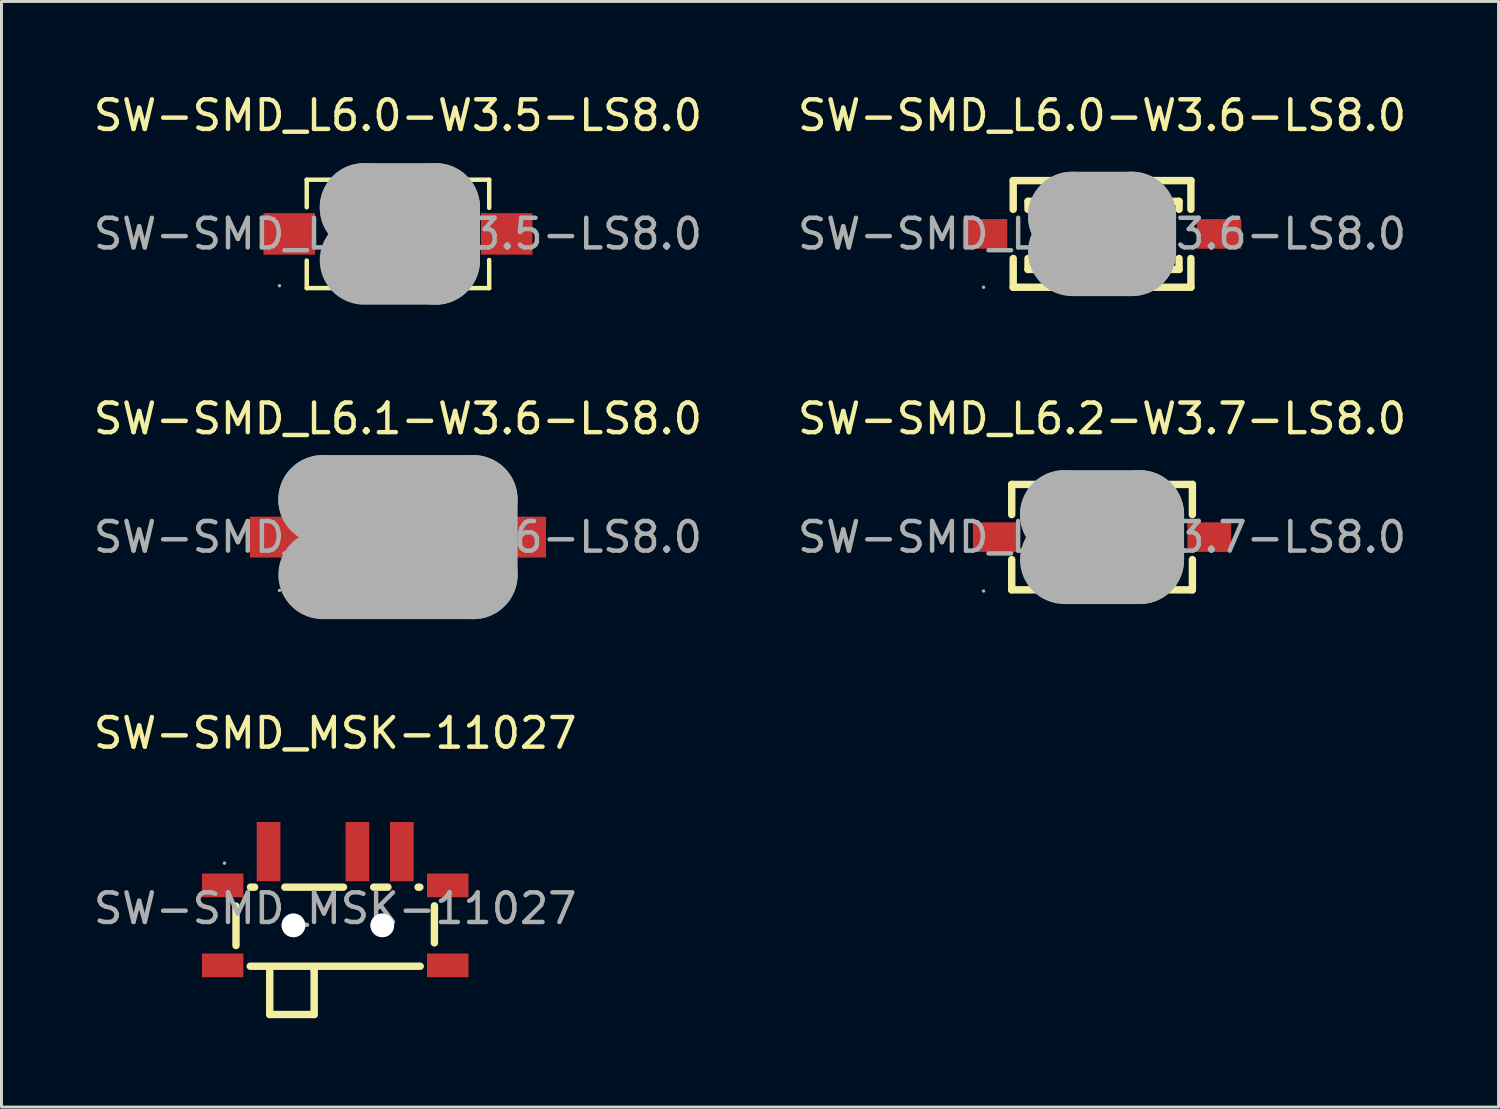
<source format=kicad_pcb>
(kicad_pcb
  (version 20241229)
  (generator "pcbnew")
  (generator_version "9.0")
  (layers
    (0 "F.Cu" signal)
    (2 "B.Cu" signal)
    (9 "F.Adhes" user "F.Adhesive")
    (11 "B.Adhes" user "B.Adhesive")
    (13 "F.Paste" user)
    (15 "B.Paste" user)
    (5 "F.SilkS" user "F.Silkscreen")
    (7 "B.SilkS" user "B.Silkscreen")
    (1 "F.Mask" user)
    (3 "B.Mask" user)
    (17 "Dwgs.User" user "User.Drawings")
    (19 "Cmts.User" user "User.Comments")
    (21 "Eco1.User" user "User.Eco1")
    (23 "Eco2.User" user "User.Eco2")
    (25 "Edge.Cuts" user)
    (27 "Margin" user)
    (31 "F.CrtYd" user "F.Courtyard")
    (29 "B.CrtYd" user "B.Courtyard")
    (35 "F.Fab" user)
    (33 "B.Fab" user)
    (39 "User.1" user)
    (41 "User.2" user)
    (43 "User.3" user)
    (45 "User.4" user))
  (footprint "SW-SMD_L6.0-W3.6-LS8.0"
    (layer "F.Cu")
    (at 34.161 4.848)
    (property "Reference" "SW-SMD_L6.0-W3.6-LS8.0" (at 0 -4 0) (layer "F.SilkS") (effects (font (size 1 1) (thickness 0.15))))
    (attr through_hole)
    (fp_line (start -3 -1.8) (end 3 -1.8) (stroke (width 0.25) (type solid)) (layer "F.SilkS"))
    (fp_line (start -3 -0.83) (end -3 -1.8) (stroke (width 0.25) (type solid)) (layer "F.SilkS"))
    (fp_line (start -3 1.8) (end -3 0.83) (stroke (width 0.25) (type solid)) (layer "F.SilkS"))
    (fp_line (start -3 1.8) (end 3 1.8) (stroke (width 0.25) (type solid)) (layer "F.SilkS"))
    (fp_line (start -2.5 -1.1) (end 2.6 -1.1) (stroke (width 0.25) (type solid)) (layer "F.SilkS"))
    (fp_line (start -2.5 -0.83) (end -2.5 -1.1) (stroke (width 0.25) (type solid)) (layer "F.SilkS"))
    (fp_line (start -2.5 1.2) (end -2.5 0.83) (stroke (width 0.25) (type solid)) (layer "F.SilkS"))
    (fp_line (start 2.6 -1.1) (end 2.6 -0.83) (stroke (width 0.25) (type solid)) (layer "F.SilkS"))
    (fp_line (start 2.6 0.83) (end 2.6 1.2) (stroke (width 0.25) (type solid)) (layer "F.SilkS"))
    (fp_line (start 2.6 1.2) (end -2.5 1.2) (stroke (width 0.25) (type solid)) (layer "F.SilkS"))
    (fp_line (start 3 -1.8) (end 3 -0.83) (stroke (width 0.25) (type solid)) (layer "F.SilkS"))
    (fp_line (start 3 0.83) (end 3 1.8) (stroke (width 0.25) (type solid)) (layer "F.SilkS"))
    (fp_line (start -1 -0.6) (end -1 -0.6) (stroke (width 3) (type solid)) (layer "F.Fab"))
    (fp_line (start -1 -0.6) (end 1 -0.6) (stroke (width 3) (type solid)) (layer "F.Fab"))
    (fp_line (start 1 -0.6) (end 1 0.6) (stroke (width 3) (type solid)) (layer "F.Fab"))
    (fp_line (start 1 0.6) (end -1 0.6) (stroke (width 3) (type solid)) (layer "F.Fab"))
    (fp_circle (center -4 1.8) (end -3.97 1.8) (stroke (width 0.06) (type solid)) (fill no) (layer "F.Fab"))
    (fp_text user "${REFERENCE}" (at 0 0 0) (layer "F.Fab") (effects (font (size 1 1) (thickness 0.15))))
    (pad "1" smd rect (at -3.95 0) (size 1.5 1) (layers "F.Cu" "F.Mask" "F.Paste"))
    (pad "2" smd rect (at 3.95 0) (size 1.5 1) (layers "F.Cu" "F.Mask" "F.Paste")))
  (footprint "SW-SMD_L6.1-W3.6-LS8.0"
    (layer "F.Cu")
    (at 10.387 15.086)
    (property "Reference" "SW-SMD_L6.1-W3.6-LS8.0" (at 0 -4 0) (layer "F.SilkS") (effects (font (size 1 1) (thickness 0.15))))
    (attr through_hole)
    (fp_line (start -3 -1.8) (end -3 -0.73) (stroke (width 0.25) (type solid)) (layer "F.SilkS"))
    (fp_line (start -3 -1.8) (end 3 -1.8) (stroke (width 0.25) (type solid)) (layer "F.SilkS"))
    (fp_line (start -3 0.73) (end -3 1.8) (stroke (width 0.25) (type solid)) (layer "F.SilkS"))
    (fp_line (start 3 -1.8) (end 3 -0.73) (stroke (width 0.25) (type solid)) (layer "F.SilkS"))
    (fp_line (start 3 0.73) (end 3 1.8) (stroke (width 0.25) (type solid)) (layer "F.SilkS"))
    (fp_line (start 3 1.8) (end -3 1.8) (stroke (width 0.25) (type solid)) (layer "F.SilkS"))
    (fp_line (start -2.54 -1.27) (end -2.54 -1.27) (stroke (width 3) (type solid)) (layer "F.Fab"))
    (fp_line (start -2.54 -1.27) (end 2.54 -1.27) (stroke (width 3) (type solid)) (layer "F.Fab"))
    (fp_line (start -1.14 -0.63) (end -1.14 -0.63) (stroke (width 3) (type solid)) (layer "F.Fab"))
    (fp_line (start -1.14 -0.63) (end 1.14 -0.63) (stroke (width 3) (type solid)) (layer "F.Fab"))
    (fp_line (start 1.14 -0.63) (end 1.14 0.64) (stroke (width 3) (type solid)) (layer "F.Fab"))
    (fp_line (start 1.14 0.64) (end -1.14 0.64) (stroke (width 3) (type solid)) (layer "F.Fab"))
    (fp_line (start 2.54 -1.27) (end 2.54 1.27) (stroke (width 3) (type solid)) (layer "F.Fab"))
    (fp_line (start 2.54 1.27) (end -2.54 1.27) (stroke (width 3) (type solid)) (layer "F.Fab"))
    (fp_circle (center -4 1.8) (end -3.97 1.8) (stroke (width 0.06) (type solid)) (fill no) (layer "F.Fab"))
    (fp_text user "${REFERENCE}" (at 0 0 0) (layer "F.Fab") (effects (font (size 1 1) (thickness 0.15))))
    (pad "1" smd rect (at -4 0) (size 2 1.38) (layers "F.Cu" "F.Mask" "F.Paste"))
    (pad "2" smd rect (at 4 0) (size 2 1.38) (layers "F.Cu" "F.Mask" "F.Paste")))
  (footprint "SW-SMD_L6.0-W3.5-LS8.0"
    (layer "F.Cu")
    (at 10.387 4.848)
    (property "Reference" "SW-SMD_L6.0-W3.5-LS8.0" (at 0 -4 0) (layer "F.SilkS") (effects (font (size 1 1) (thickness 0.15))))
    (attr through_hole)
    (fp_line (start -3.08 -1.83) (end -3.08 -0.9) (stroke (width 0.15) (type solid)) (layer "F.SilkS"))
    (fp_line (start -3.08 1.83) (end -3.08 0.9) (stroke (width 0.15) (type solid)) (layer "F.SilkS"))
    (fp_line (start 3.08 -1.83) (end -3.08 -1.83) (stroke (width 0.15) (type solid)) (layer "F.SilkS"))
    (fp_line (start 3.08 -1.83) (end 3.08 -0.88) (stroke (width 0.15) (type solid)) (layer "F.SilkS"))
    (fp_line (start 3.08 0.88) (end 3.08 1.83) (stroke (width 0.15) (type solid)) (layer "F.SilkS"))
    (fp_line (start 3.08 1.83) (end -3.08 1.83) (stroke (width 0.15) (type solid)) (layer "F.SilkS"))
    (fp_line (start -1.14 -0.89) (end -1.14 -0.89) (stroke (width 3) (type solid)) (layer "F.Fab"))
    (fp_line (start -1.14 -0.89) (end 1.27 -0.89) (stroke (width 3) (type solid)) (layer "F.Fab"))
    (fp_line (start 1.27 -0.89) (end 1.27 0.89) (stroke (width 3) (type solid)) (layer "F.Fab"))
    (fp_line (start 1.27 0.89) (end -1.14 0.89) (stroke (width 3) (type solid)) (layer "F.Fab"))
    (fp_circle (center -4 1.75) (end -3.97 1.75) (stroke (width 0.06) (type solid)) (fill no) (layer "F.Fab"))
    (fp_text user "${REFERENCE}" (at 0 0 0) (layer "F.Fab") (effects (font (size 1 1) (thickness 0.15))))
    (pad "1" smd rect (at -3.67 0) (size 1.74 1.4) (layers "F.Cu" "F.Mask" "F.Paste"))
    (pad "2" smd rect (at 3.67 0) (size 1.74 1.4) (layers "F.Cu" "F.Mask" "F.Paste")))
  (footprint "SW-SMD_MSK-11027"
    (layer "F.Cu")
    (at 8.268 27.625)
    (property "Reference" "SW-SMD_MSK-11027" (at 0 -5.92 0) (layer "F.SilkS") (effects (font (size 1 1) (thickness 0.15))))
    (attr through_hole)
    (fp_line (start -3.35 -0.08) (end -3.35 1.25) (stroke (width 0.25) (type solid)) (layer "F.SilkS"))
    (fp_line (start -2.87 1.95) (end 2.87 1.95) (stroke (width 0.25) (type solid)) (layer "F.SilkS"))
    (fp_line (start -2.86 -0.72) (end -2.72 -0.72) (stroke (width 0.25) (type solid)) (layer "F.SilkS"))
    (fp_line (start -2.21 2.08) (end -2.21 3.58) (stroke (width 0.25) (type solid)) (layer "F.SilkS"))
    (fp_line (start -2.21 3.58) (end -0.71 3.58) (stroke (width 0.25) (type solid)) (layer "F.SilkS"))
    (fp_line (start -1.7 -0.72) (end 0.28 -0.72) (stroke (width 0.25) (type solid)) (layer "F.SilkS"))
    (fp_line (start -0.71 2.08) (end -0.71 2.08) (stroke (width 0.25) (type solid)) (layer "F.SilkS"))
    (fp_line (start -0.71 3.58) (end -0.71 2.08) (stroke (width 0.25) (type solid)) (layer "F.SilkS"))
    (fp_line (start 1.3 -0.72) (end 1.78 -0.72) (stroke (width 0.25) (type solid)) (layer "F.SilkS"))
    (fp_line (start 2.8 -0.72) (end 2.86 -0.72) (stroke (width 0.25) (type solid)) (layer "F.SilkS"))
    (fp_line (start 3.35 -0.09) (end 3.35 1.16) (stroke (width 0.25) (type solid)) (layer "F.SilkS"))
    (fp_circle (center -1.41 0.57) (end -1.26 0.57) (stroke (width 0.3) (type solid)) (fill no) (layer "Cmts.User"))
    (fp_circle (center 1.59 0.57) (end 1.74 0.57) (stroke (width 0.3) (type solid)) (fill no) (layer "Cmts.User"))
    (fp_circle (center -3.74 -1.53) (end -3.71 -1.53) (stroke (width 0.06) (type solid)) (fill no) (layer "F.Fab"))
    (fp_text user "${REFERENCE}" (at 0 0 0) (layer "F.Fab") (effects (font (size 1 1) (thickness 0.15))))
    (pad "" thru_hole circle (at -1.41 0.57) (size 0.8 0.8) (drill 0.8) (layers "*.Cu" "*.Mask"))
    (pad "" thru_hole circle (at 1.59 0.57) (size 0.8 0.8) (drill 0.8) (layers "*.Cu" "*.Mask"))
    (pad "1" smd rect (at -2.25 -1.92) (size 0.8 2) (layers "F.Cu" "F.Mask" "F.Paste"))
    (pad "2" smd rect (at 0.75 -1.92) (size 0.8 2) (layers "F.Cu" "F.Mask" "F.Paste"))
    (pad "3" smd rect (at 2.25 -1.92) (size 0.8 2) (layers "F.Cu" "F.Mask" "F.Paste"))
    (pad "4" smd rect (at -3.8 -0.78 90) (size 0.8 1.4) (layers "F.Cu" "F.Mask" "F.Paste"))
    (pad "5" smd rect (at 3.8 -0.78 90) (size 0.8 1.4) (layers "F.Cu" "F.Mask" "F.Paste"))
    (pad "6" smd rect (at 3.8 1.92 90) (size 0.8 1.4) (layers "F.Cu" "F.Mask" "F.Paste"))
    (pad "7" smd rect (at -3.8 1.92 90) (size 0.8 1.4) (layers "F.Cu" "F.Mask" "F.Paste")))
  (footprint "SW-SMD_L6.2-W3.7-LS8.0"
    (layer "F.Cu")
    (at 34.161 15.086)
    (property "Reference" "SW-SMD_L6.2-W3.7-LS8.0" (at 0 -4 0) (layer "F.SilkS") (effects (font (size 1 1) (thickness 0.15))))
    (attr through_hole)
    (fp_line (start -3.05 -1.78) (end 3.05 -1.78) (stroke (width 0.25) (type solid)) (layer "F.SilkS"))
    (fp_line (start -3.05 -0.76) (end -3.05 -1.78) (stroke (width 0.25) (type solid)) (layer "F.SilkS"))
    (fp_line (start -3.05 1.78) (end -3.05 0.76) (stroke (width 0.25) (type solid)) (layer "F.SilkS"))
    (fp_line (start 3.05 -1.78) (end 3.05 -0.76) (stroke (width 0.25) (type solid)) (layer "F.SilkS"))
    (fp_line (start 3.05 0.76) (end 3.05 1.78) (stroke (width 0.25) (type solid)) (layer "F.SilkS"))
    (fp_line (start 3.05 1.78) (end -3.05 1.78) (stroke (width 0.25) (type solid)) (layer "F.SilkS"))
    (fp_line (start -1.27 -0.76) (end -1.27 -0.76) (stroke (width 3) (type solid)) (layer "F.Fab"))
    (fp_line (start -1.27 -0.76) (end 1.27 -0.76) (stroke (width 3) (type solid)) (layer "F.Fab"))
    (fp_line (start 1.27 -0.76) (end 1.27 0.76) (stroke (width 3) (type solid)) (layer "F.Fab"))
    (fp_line (start 1.27 0.76) (end -1.27 0.76) (stroke (width 3) (type solid)) (layer "F.Fab"))
    (fp_circle (center -4 1.82) (end -3.97 1.82) (stroke (width 0.06) (type solid)) (fill no) (layer "F.Fab"))
    (fp_text user "${REFERENCE}" (at 0 0 0) (layer "F.Fab") (effects (font (size 1 1) (thickness 0.15))))
    (pad "1" smd rect (at -3.62 0) (size 1.48 1) (layers "F.Cu" "F.Mask" "F.Paste"))
    (pad "2" smd rect (at 3.62 0) (size 1.48 1) (layers "F.Cu" "F.Mask" "F.Paste")))
  (gr_rect
    (start -3 -3)
    (end 47.548 34.33)
    (stroke (width 0.1) (type default))
    (fill no)
    (layer "Edge.Cuts")))
</source>
